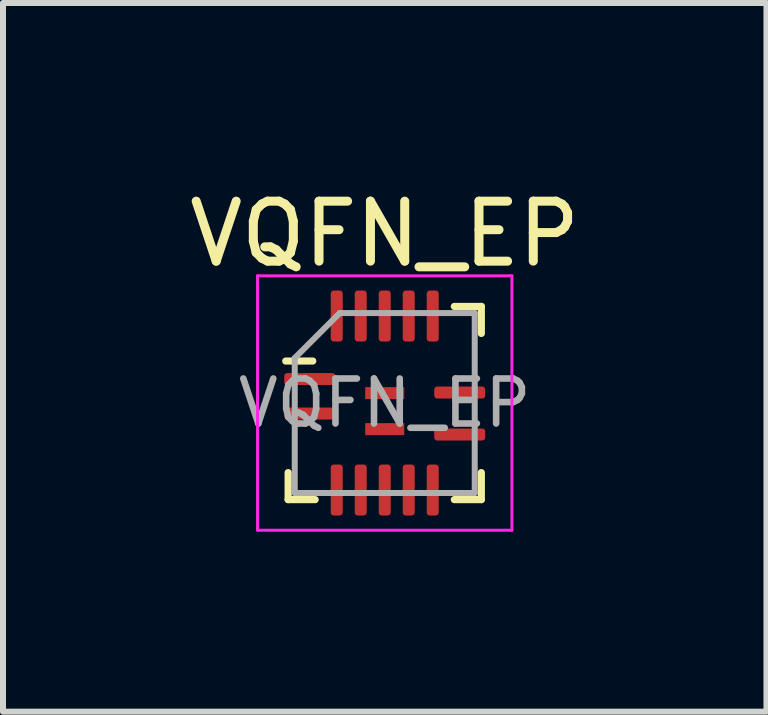
<source format=kicad_pcb>
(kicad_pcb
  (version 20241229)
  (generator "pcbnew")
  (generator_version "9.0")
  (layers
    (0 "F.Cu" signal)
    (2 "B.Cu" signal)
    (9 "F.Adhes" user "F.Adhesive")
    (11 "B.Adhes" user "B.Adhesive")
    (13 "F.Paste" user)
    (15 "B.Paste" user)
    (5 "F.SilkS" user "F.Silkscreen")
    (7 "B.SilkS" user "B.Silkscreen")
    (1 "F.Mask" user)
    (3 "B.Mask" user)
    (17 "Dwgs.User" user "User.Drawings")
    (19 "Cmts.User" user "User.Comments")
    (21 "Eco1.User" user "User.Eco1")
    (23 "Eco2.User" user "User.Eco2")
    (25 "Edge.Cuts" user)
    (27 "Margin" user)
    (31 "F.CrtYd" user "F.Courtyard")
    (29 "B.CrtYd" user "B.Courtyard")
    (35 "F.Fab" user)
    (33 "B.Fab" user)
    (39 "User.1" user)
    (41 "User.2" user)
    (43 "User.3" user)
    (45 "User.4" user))
  (footprint "VQFN_EP"
    (layer "F.Cu")
    (at 3.363 3.668)
    (property "Reference" "VQFN_EP" (at 0 -2.82 0) (layer "F.SilkS") (effects (font (size 1 1) (thickness 0.15))))
    (attr smd)
    (fp_line (start -1.61 1.61) (end -1.61 1.16) (stroke (width 0.12) (type solid)) (layer "F.SilkS"))
    (fp_line (start -1.2 -0.7) (end -1.65 -0.7) (stroke (width 0.12) (type solid)) (layer "F.SilkS"))
    (fp_line (start -1.16 1.61) (end -1.61 1.61) (stroke (width 0.12) (type solid)) (layer "F.SilkS"))
    (fp_line (start 1.16 -1.61) (end 1.61 -1.61) (stroke (width 0.12) (type solid)) (layer "F.SilkS"))
    (fp_line (start 1.16 1.61) (end 1.61 1.61) (stroke (width 0.12) (type solid)) (layer "F.SilkS"))
    (fp_line (start 1.61 -1.61) (end 1.61 -1.16) (stroke (width 0.12) (type solid)) (layer "F.SilkS"))
    (fp_line (start 1.61 1.61) (end 1.61 1.16) (stroke (width 0.12) (type solid)) (layer "F.SilkS"))
    (fp_line (start -2.12 -2.12) (end -2.12 2.12) (stroke (width 0.05) (type solid)) (layer "F.CrtYd"))
    (fp_line (start -2.12 2.12) (end 2.12 2.12) (stroke (width 0.05) (type solid)) (layer "F.CrtYd"))
    (fp_line (start 2.12 -2.12) (end -2.12 -2.12) (stroke (width 0.05) (type solid)) (layer "F.CrtYd"))
    (fp_line (start 2.12 2.12) (end 2.12 -2.12) (stroke (width 0.05) (type solid)) (layer "F.CrtYd"))
    (fp_line (start -1.5 -0.75) (end -0.75 -1.5) (stroke (width 0.1) (type solid)) (layer "F.Fab"))
    (fp_line (start -1.5 1.5) (end -1.5 -0.75) (stroke (width 0.1) (type solid)) (layer "F.Fab"))
    (fp_line (start -0.75 -1.5) (end 1.5 -1.5) (stroke (width 0.1) (type solid)) (layer "F.Fab"))
    (fp_line (start 1.5 -1.5) (end 1.5 1.5) (stroke (width 0.1) (type solid)) (layer "F.Fab"))
    (fp_line (start 1.5 1.5) (end -1.5 1.5) (stroke (width 0.1) (type solid)) (layer "F.Fab"))
    (fp_text user "${REFERENCE}" (at 0 0 0) (layer "F.Fab") (effects (font (size 0.75 0.75) (thickness 0.11))))
    (pad "1" smd roundrect (at -1.25 -0.4) (size 0.85 0.2) (layers "F.Cu" "F.Mask" "F.Paste") (roundrect_rratio 0.25))
    (pad "2" smd roundrect (at -1.25 0.175) (size 0.85 0.2) (layers "F.Cu" "F.Mask" "F.Paste") (roundrect_rratio 0.25))
    (pad "3" smd roundrect (at -0.8 1.45) (size 0.2 0.85) (layers "F.Cu" "F.Mask" "F.Paste") (roundrect_rratio 0.25))
    (pad "4" smd roundrect (at -0.4 1.45) (size 0.2 0.85) (layers "F.Cu" "F.Mask" "F.Paste") (roundrect_rratio 0.25))
    (pad "5" smd roundrect (at 0 1.45) (size 0.2 0.85) (layers "F.Cu" "F.Mask" "F.Paste") (roundrect_rratio 0.25))
    (pad "6" smd roundrect (at 0.4 1.45) (size 0.2 0.85) (layers "F.Cu" "F.Mask" "F.Paste") (roundrect_rratio 0.25))
    (pad "7" smd roundrect (at 0.8 1.45) (size 0.2 0.85) (layers "F.Cu" "F.Mask" "F.Paste") (roundrect_rratio 0.25))
    (pad "8" smd roundrect (at 1.25 0.525) (size 0.85 0.2) (layers "F.Cu" "F.Mask" "F.Paste") (roundrect_rratio 0.25))
    (pad "9" smd roundrect (at 1.25 -0.175) (size 0.85 0.2) (layers "F.Cu" "F.Mask" "F.Paste") (roundrect_rratio 0.25))
    (pad "10" smd roundrect (at 0.8 -1.45) (size 0.2 0.85) (layers "F.Cu" "F.Mask" "F.Paste") (roundrect_rratio 0.25))
    (pad "11" smd roundrect (at 0.4 -1.45) (size 0.2 0.85) (layers "F.Cu" "F.Mask" "F.Paste") (roundrect_rratio 0.25))
    (pad "12" smd roundrect (at 0 -1.45) (size 0.2 0.85) (layers "F.Cu" "F.Mask" "F.Paste") (roundrect_rratio 0.25))
    (pad "13" smd roundrect (at -0.4 -1.45) (size 0.2 0.85) (layers "F.Cu" "F.Mask" "F.Paste") (roundrect_rratio 0.25))
    (pad "14" smd roundrect (at -0.8 -1.45) (size 0.2 0.85) (layers "F.Cu" "F.Mask" "F.Paste") (roundrect_rratio 0.25))
    (pad "15" smd rect (at 0 -0.165) (size 0.65 0.2) (layers "F.Cu" "F.Mask"))
    (pad "16" smd rect (at 0 0.435) (size 0.65 0.2) (layers "F.Cu" "F.Mask")))
  (gr_rect
    (start -3 -3)
    (end 9.726 8.813)
    (stroke (width 0.1) (type default))
    (fill no)
    (layer "Edge.Cuts")))
</source>
